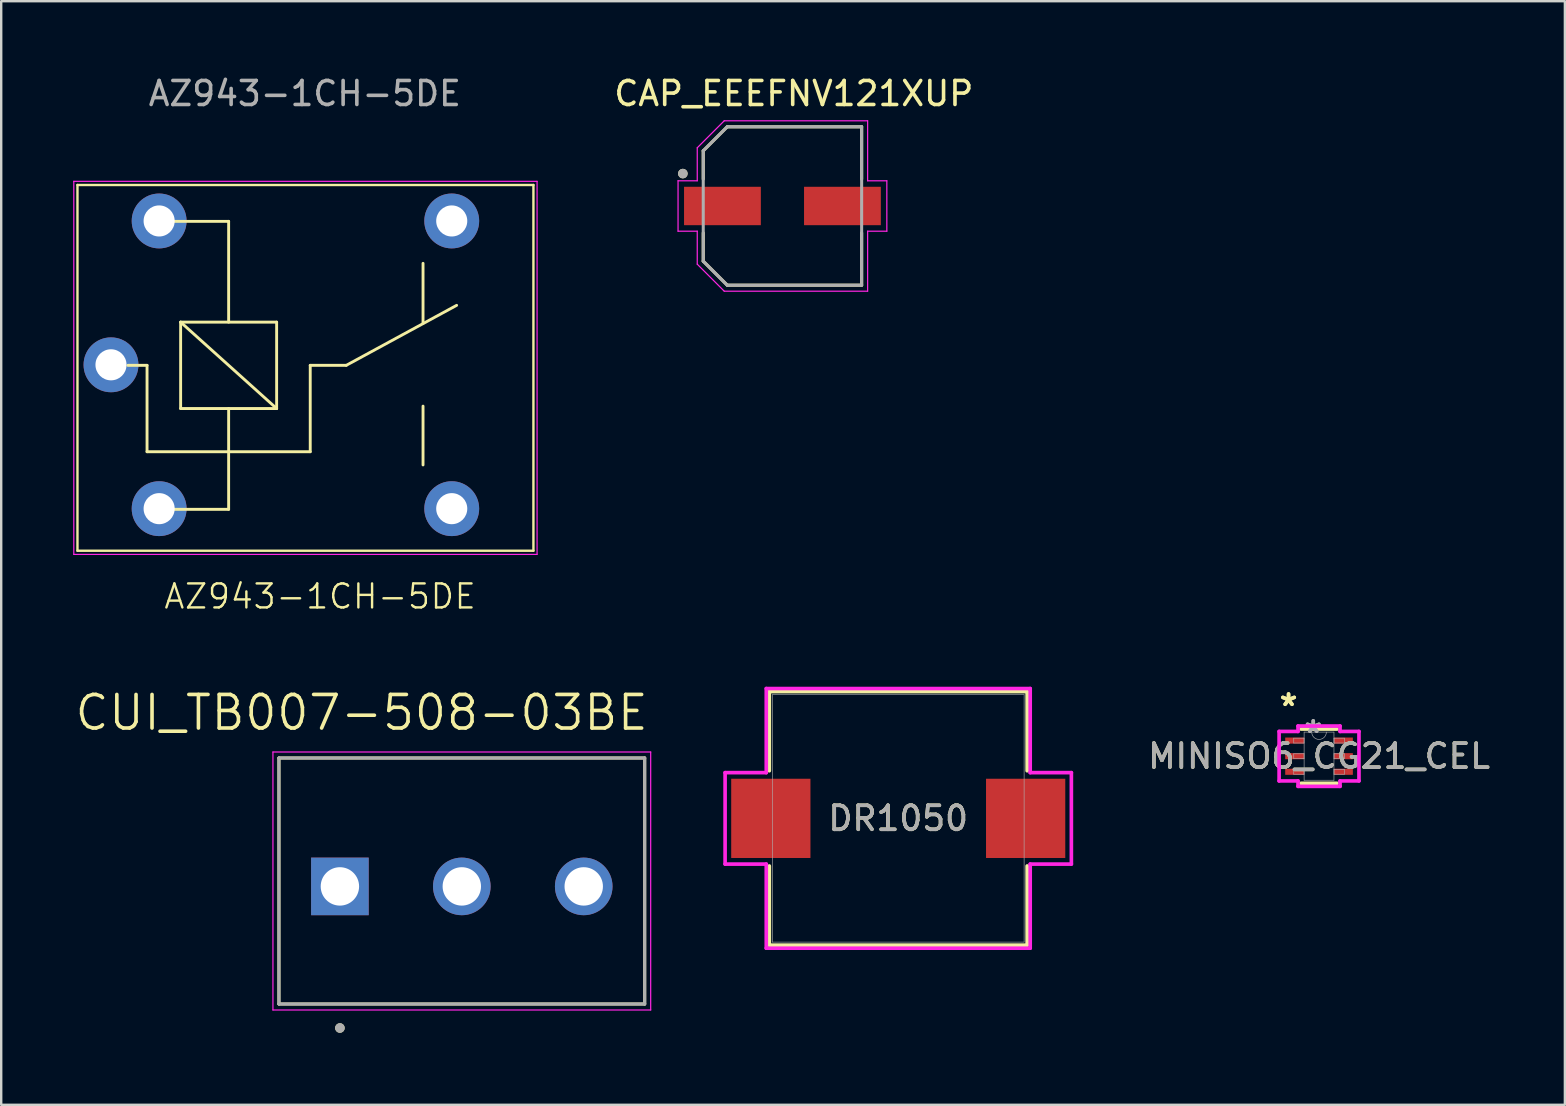
<source format=kicad_pcb>
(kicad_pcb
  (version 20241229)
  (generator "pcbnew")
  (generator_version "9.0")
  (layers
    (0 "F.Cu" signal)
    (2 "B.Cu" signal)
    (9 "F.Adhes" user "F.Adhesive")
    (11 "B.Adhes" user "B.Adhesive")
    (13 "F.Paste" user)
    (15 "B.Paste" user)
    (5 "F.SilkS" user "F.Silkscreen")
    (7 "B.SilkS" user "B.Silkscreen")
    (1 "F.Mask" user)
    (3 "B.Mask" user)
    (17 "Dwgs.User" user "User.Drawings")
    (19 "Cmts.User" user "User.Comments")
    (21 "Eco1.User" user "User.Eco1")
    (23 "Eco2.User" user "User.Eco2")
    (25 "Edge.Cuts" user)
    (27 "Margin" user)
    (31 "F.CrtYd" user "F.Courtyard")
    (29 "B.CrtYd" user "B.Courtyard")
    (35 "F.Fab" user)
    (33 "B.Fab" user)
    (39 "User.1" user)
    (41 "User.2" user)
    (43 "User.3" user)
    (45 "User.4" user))
  (footprint "CUI_TB007-508-03BE"
    (layer "F.Cu")
    (at 11.113 33.885)
    (property "Reference" "CUI_TB007-508-03BE" (at 0.905 -7.239 0) (layer "F.SilkS") (effects (font (size 1.4 1.4) (thickness 0.15))))
    (attr through_hole)
    (fp_line (start -2.54 -5.35) (end 12.7 -5.35) (stroke (width 0.127) (type solid)) (layer "F.SilkS"))
    (fp_line (start -2.54 4.9) (end -2.54 -5.35) (stroke (width 0.127) (type solid)) (layer "F.SilkS"))
    (fp_line (start 12.7 -5.35) (end 12.7 4.9) (stroke (width 0.127) (type solid)) (layer "F.SilkS"))
    (fp_line (start 12.7 4.9) (end -2.54 4.9) (stroke (width 0.127) (type solid)) (layer "F.SilkS"))
    (fp_circle (center 0 5.9) (end 0.1 5.9) (stroke (width 0.2) (type solid)) (fill no) (layer "F.SilkS"))
    (fp_line (start -2.79 -5.6) (end 12.95 -5.6) (stroke (width 0.05) (type solid)) (layer "F.CrtYd"))
    (fp_line (start -2.79 5.15) (end -2.79 -5.6) (stroke (width 0.05) (type solid)) (layer "F.CrtYd"))
    (fp_line (start 12.95 -5.6) (end 12.95 5.15) (stroke (width 0.05) (type solid)) (layer "F.CrtYd"))
    (fp_line (start 12.95 5.15) (end -2.79 5.15) (stroke (width 0.05) (type solid)) (layer "F.CrtYd"))
    (fp_line (start -2.54 -5.35) (end 12.7 -5.35) (stroke (width 0.127) (type solid)) (layer "F.Fab"))
    (fp_line (start -2.54 4.9) (end -2.54 -5.35) (stroke (width 0.127) (type solid)) (layer "F.Fab"))
    (fp_line (start 12.7 -5.35) (end 12.7 4.9) (stroke (width 0.127) (type solid)) (layer "F.Fab"))
    (fp_line (start 12.7 4.9) (end -2.54 4.9) (stroke (width 0.127) (type solid)) (layer "F.Fab"))
    (fp_circle (center 0 5.9) (end 0.1 5.9) (stroke (width 0.2) (type solid)) (fill no) (layer "F.Fab"))
    (pad "1" thru_hole rect (at 0 0) (size 2.4 2.4) (drill 1.6) (layers "*.Cu" "*.Mask"))
    (pad "2" thru_hole circle (at 5.08 0) (size 2.4 2.4) (drill 1.6) (layers "*.Cu" "*.Mask"))
    (pad "3" thru_hole circle (at 10.16 0) (size 2.4 2.4) (drill 1.6) (layers "*.Cu" "*.Mask")))
  (footprint "DR1050"
    (layer "F.Cu")
    (at 34.378 31.05)
    (property "Reference" "DR1050" (at 0 0 0) (unlocked yes) (layer "F.SilkS") (effects (font (size 1 1) (thickness 0.15))))
    (attr smd)
    (fp_line (start -5.372 -5.283) (end -5.372 -1.984) (stroke (width 0.152) (type solid)) (layer "F.SilkS"))
    (fp_line (start -5.372 1.984) (end -5.372 5.283) (stroke (width 0.152) (type solid)) (layer "F.SilkS"))
    (fp_line (start -5.372 5.283) (end 5.372 5.283) (stroke (width 0.152) (type solid)) (layer "F.SilkS"))
    (fp_line (start 5.372 -5.283) (end -5.372 -5.283) (stroke (width 0.152) (type solid)) (layer "F.SilkS"))
    (fp_line (start 5.372 -1.984) (end 5.372 -5.283) (stroke (width 0.152) (type solid)) (layer "F.SilkS"))
    (fp_line (start 5.372 5.283) (end 5.372 1.984) (stroke (width 0.152) (type solid)) (layer "F.SilkS"))
    (fp_line (start -7.214 -1.905) (end -5.499 -1.905) (stroke (width 0.152) (type solid)) (layer "F.CrtYd"))
    (fp_line (start -7.214 1.905) (end -7.214 -1.905) (stroke (width 0.152) (type solid)) (layer "F.CrtYd"))
    (fp_line (start -7.214 1.905) (end -5.499 1.905) (stroke (width 0.152) (type solid)) (layer "F.CrtYd"))
    (fp_line (start -5.499 -5.41) (end 5.499 -5.41) (stroke (width 0.152) (type solid)) (layer "F.CrtYd"))
    (fp_line (start -5.499 -1.905) (end -5.499 -5.41) (stroke (width 0.152) (type solid)) (layer "F.CrtYd"))
    (fp_line (start -5.499 1.905) (end -5.499 5.41) (stroke (width 0.152) (type solid)) (layer "F.CrtYd"))
    (fp_line (start -5.499 5.41) (end 5.499 5.41) (stroke (width 0.152) (type solid)) (layer "F.CrtYd"))
    (fp_line (start 5.499 -5.41) (end 5.499 -1.905) (stroke (width 0.152) (type solid)) (layer "F.CrtYd"))
    (fp_line (start 5.499 -1.905) (end 7.214 -1.905) (stroke (width 0.152) (type solid)) (layer "F.CrtYd"))
    (fp_line (start 5.499 1.905) (end 7.214 1.905) (stroke (width 0.152) (type solid)) (layer "F.CrtYd"))
    (fp_line (start 5.499 5.41) (end 5.499 1.905) (stroke (width 0.152) (type solid)) (layer "F.CrtYd"))
    (fp_line (start 7.214 -1.905) (end 7.214 1.905) (stroke (width 0.152) (type solid)) (layer "F.CrtYd"))
    (fp_line (start -5.245 -5.156) (end -5.245 5.156) (stroke (width 0.025) (type solid)) (layer "F.Fab"))
    (fp_line (start -5.245 5.156) (end 5.245 5.156) (stroke (width 0.025) (type solid)) (layer "F.Fab"))
    (fp_line (start 5.245 -5.156) (end -5.245 -5.156) (stroke (width 0.025) (type solid)) (layer "F.Fab"))
    (fp_line (start 5.245 5.156) (end 5.245 -5.156) (stroke (width 0.025) (type solid)) (layer "F.Fab"))
    (fp_text user "${REFERENCE}" (at 0 0 0) (unlocked yes) (layer "F.Fab") (effects (font (size 1 1) (thickness 0.15))))
    (pad "1" smd rect (at -5.309 0) (size 3.302 3.302) (layers "F.Cu" "F.Mask" "F.Paste"))
    (pad "2" smd rect (at 5.309 0) (size 3.302 3.302) (layers "F.Cu" "F.Mask" "F.Paste"))
    (zone (net_name "") (layer "F.Cu") (hatch full 0.508) (connect_pads) (min_thickness 0.254) (filled_areas_thickness no) (keepout (tracks not_allowed) (vias not_allowed) (pads allowed) (copperpour not_allowed) (footprints allowed)) (placement (enabled no)) (fill) (polygon (pts (xy 30.771 25.945) (xy 37.985 25.945) (xy 37.985 36.156) (xy 30.771 36.156)))))
  (footprint "AZ943-1CH-5DE"
    (layer "F.Cu")
    (at 19.177 4.658)
    (property "Reference" "AZ943-1CH-5DE" (at -8.89 17.145 0) (unlocked yes) (layer "F.SilkS") (effects (font (size 1 1) (thickness 0.1))))
    (attr through_hole)
    (fp_line (start -18.999 0) (end -18.999 15.24) (stroke (width 0.1) (type default)) (layer "F.SilkS"))
    (fp_line (start -18.999 15.24) (end 0 15.24) (stroke (width 0.1) (type default)) (layer "F.SilkS"))
    (fp_line (start -16.1 7.515) (end -16.9 7.515) (stroke (width 0.12) (type solid)) (layer "F.SilkS"))
    (fp_line (start -16.1 7.515) (end -16.1 11.115) (stroke (width 0.12) (type solid)) (layer "F.SilkS"))
    (fp_line (start -15.2 13.515) (end -12.7 13.515) (stroke (width 0.12) (type solid)) (layer "F.SilkS"))
    (fp_line (start -14.7 5.715) (end -10.7 5.715) (stroke (width 0.12) (type solid)) (layer "F.SilkS"))
    (fp_line (start -14.7 9.315) (end -14.7 5.715) (stroke (width 0.12) (type solid)) (layer "F.SilkS"))
    (fp_line (start -12.7 1.515) (end -15.2 1.515) (stroke (width 0.12) (type solid)) (layer "F.SilkS"))
    (fp_line (start -12.7 1.515) (end -12.7 5.715) (stroke (width 0.12) (type solid)) (layer "F.SilkS"))
    (fp_line (start -12.7 9.315) (end -12.7 13.515) (stroke (width 0.12) (type solid)) (layer "F.SilkS"))
    (fp_line (start -10.7 5.715) (end -10.7 9.315) (stroke (width 0.12) (type solid)) (layer "F.SilkS"))
    (fp_line (start -10.7 9.315) (end -14.7 5.715) (stroke (width 0.12) (type solid)) (layer "F.SilkS"))
    (fp_line (start -10.7 9.315) (end -14.7 9.315) (stroke (width 0.12) (type solid)) (layer "F.SilkS"))
    (fp_line (start -9.3 7.515) (end -9.3 11.115) (stroke (width 0.12) (type solid)) (layer "F.SilkS"))
    (fp_line (start -9.3 7.515) (end -7.8 7.515) (stroke (width 0.12) (type solid)) (layer "F.SilkS"))
    (fp_line (start -9.3 11.115) (end -16.1 11.115) (stroke (width 0.12) (type solid)) (layer "F.SilkS"))
    (fp_line (start -7.8 7.515) (end -3.2 5.015) (stroke (width 0.12) (type solid)) (layer "F.SilkS"))
    (fp_line (start -4.6 3.265) (end -4.6 5.765) (stroke (width 0.12) (type solid)) (layer "F.SilkS"))
    (fp_line (start -4.6 11.665) (end -4.6 9.215) (stroke (width 0.12) (type solid)) (layer "F.SilkS"))
    (fp_line (start 0 0) (end -18.999 0) (stroke (width 0.1) (type default)) (layer "F.SilkS"))
    (fp_line (start 0 0) (end 0 15.24) (stroke (width 0.1) (type default)) (layer "F.SilkS"))
    (fp_line (start -19.152 -0.152) (end -19.152 15.392) (stroke (width 0.05) (type solid)) (layer "F.CrtYd"))
    (fp_line (start -19.152 -0.152) (end 0.152 -0.152) (stroke (width 0.05) (type solid)) (layer "F.CrtYd"))
    (fp_line (start -19.152 15.392) (end 0.152 15.392) (stroke (width 0.05) (type solid)) (layer "F.CrtYd"))
    (fp_line (start 0.152 -0.152) (end 0.152 15.392) (stroke (width 0.05) (type solid)) (layer "F.CrtYd"))
    (fp_text user "${REFERENCE}" (at -9.525 -3.81 0) (unlocked yes) (layer "F.Fab") (effects (font (size 1 1) (thickness 0.15))))
    (pad "1" thru_hole circle (at -15.596 1.499) (size 2.286 2.286) (drill 1.295) (layers "*.Cu" "*.Mask"))
    (pad "2" thru_hole circle (at -15.596 13.487) (size 2.286 2.286) (drill 1.295) (layers "*.Cu" "*.Mask"))
    (pad "3" thru_hole circle (at -17.602 7.493) (size 2.286 2.286) (drill 1.295) (layers "*.Cu" "*.Mask"))
    (pad "4" thru_hole circle (at -3.404 1.499) (size 2.286 2.286) (drill 1.295) (layers "*.Cu" "*.Mask"))
    (pad "5" thru_hole circle (at -3.404 13.487) (size 2.286 2.286) (drill 1.295) (layers "*.Cu" "*.Mask")))
  (footprint "MINISO6_CG21_CEL"
    (layer "F.Cu")
    (at 51.912 28.459)
    (property "Reference" "MINISO6_CG21_CEL" (at 0 0 0) (unlocked yes) (layer "F.SilkS") (effects (font (size 1 1) (thickness 0.15))))
    (attr smd)
    (fp_line (start -0.749 1.13) (end 0.749 1.13) (stroke (width 0.152) (type solid)) (layer "F.SilkS"))
    (fp_line (start 0.749 -1.13) (end -0.749 -1.13) (stroke (width 0.152) (type solid)) (layer "F.SilkS"))
    (fp_line (start -1.664 -1.031) (end -0.876 -1.031) (stroke (width 0.152) (type solid)) (layer "F.CrtYd"))
    (fp_line (start -1.664 1.031) (end -1.664 -1.031) (stroke (width 0.152) (type solid)) (layer "F.CrtYd"))
    (fp_line (start -1.664 1.031) (end -0.876 1.031) (stroke (width 0.152) (type solid)) (layer "F.CrtYd"))
    (fp_line (start -0.876 -1.257) (end 0.876 -1.257) (stroke (width 0.152) (type solid)) (layer "F.CrtYd"))
    (fp_line (start -0.876 -1.031) (end -0.876 -1.257) (stroke (width 0.152) (type solid)) (layer "F.CrtYd"))
    (fp_line (start -0.876 1.257) (end -0.876 1.031) (stroke (width 0.152) (type solid)) (layer "F.CrtYd"))
    (fp_line (start 0.876 -1.257) (end 0.876 -1.031) (stroke (width 0.152) (type solid)) (layer "F.CrtYd"))
    (fp_line (start 0.876 1.031) (end 0.876 1.257) (stroke (width 0.152) (type solid)) (layer "F.CrtYd"))
    (fp_line (start 0.876 1.257) (end -0.876 1.257) (stroke (width 0.152) (type solid)) (layer "F.CrtYd"))
    (fp_line (start 1.664 -1.031) (end 0.876 -1.031) (stroke (width 0.152) (type solid)) (layer "F.CrtYd"))
    (fp_line (start 1.664 -1.031) (end 1.664 1.031) (stroke (width 0.152) (type solid)) (layer "F.CrtYd"))
    (fp_line (start 1.664 1.031) (end 0.876 1.031) (stroke (width 0.152) (type solid)) (layer "F.CrtYd"))
    (fp_line (start -1.054 -0.752) (end -1.054 -0.548) (stroke (width 0.025) (type solid)) (layer "F.Fab"))
    (fp_line (start -1.054 -0.548) (end -0.622 -0.548) (stroke (width 0.025) (type solid)) (layer "F.Fab"))
    (fp_line (start -1.054 -0.102) (end -1.054 0.102) (stroke (width 0.025) (type solid)) (layer "F.Fab"))
    (fp_line (start -1.054 0.102) (end -0.622 0.102) (stroke (width 0.025) (type solid)) (layer "F.Fab"))
    (fp_line (start -1.054 0.548) (end -1.054 0.752) (stroke (width 0.025) (type solid)) (layer "F.Fab"))
    (fp_line (start -1.054 0.752) (end -0.622 0.752) (stroke (width 0.025) (type solid)) (layer "F.Fab"))
    (fp_line (start -0.622 -1.003) (end -0.622 1.003) (stroke (width 0.025) (type solid)) (layer "F.Fab"))
    (fp_line (start -0.622 -0.752) (end -1.054 -0.752) (stroke (width 0.025) (type solid)) (layer "F.Fab"))
    (fp_line (start -0.622 -0.548) (end -0.622 -0.752) (stroke (width 0.025) (type solid)) (layer "F.Fab"))
    (fp_line (start -0.622 -0.102) (end -1.054 -0.102) (stroke (width 0.025) (type solid)) (layer "F.Fab"))
    (fp_line (start -0.622 0.102) (end -0.622 -0.102) (stroke (width 0.025) (type solid)) (layer "F.Fab"))
    (fp_line (start -0.622 0.548) (end -1.054 0.548) (stroke (width 0.025) (type solid)) (layer "F.Fab"))
    (fp_line (start -0.622 0.752) (end -0.622 0.548) (stroke (width 0.025) (type solid)) (layer "F.Fab"))
    (fp_line (start -0.622 1.003) (end 0.622 1.003) (stroke (width 0.025) (type solid)) (layer "F.Fab"))
    (fp_line (start 0.622 -1.003) (end -0.622 -1.003) (stroke (width 0.025) (type solid)) (layer "F.Fab"))
    (fp_line (start 0.622 -0.752) (end 0.622 -0.548) (stroke (width 0.025) (type solid)) (layer "F.Fab"))
    (fp_line (start 0.622 -0.548) (end 1.054 -0.548) (stroke (width 0.025) (type solid)) (layer "F.Fab"))
    (fp_line (start 0.622 -0.102) (end 0.622 0.102) (stroke (width 0.025) (type solid)) (layer "F.Fab"))
    (fp_line (start 0.622 0.102) (end 1.054 0.102) (stroke (width 0.025) (type solid)) (layer "F.Fab"))
    (fp_line (start 0.622 0.548) (end 0.622 0.752) (stroke (width 0.025) (type solid)) (layer "F.Fab"))
    (fp_line (start 0.622 0.752) (end 1.054 0.752) (stroke (width 0.025) (type solid)) (layer "F.Fab"))
    (fp_line (start 0.622 1.003) (end 0.622 -1.003) (stroke (width 0.025) (type solid)) (layer "F.Fab"))
    (fp_line (start 1.054 -0.752) (end 0.622 -0.752) (stroke (width 0.025) (type solid)) (layer "F.Fab"))
    (fp_line (start 1.054 -0.548) (end 1.054 -0.752) (stroke (width 0.025) (type solid)) (layer "F.Fab"))
    (fp_line (start 1.054 -0.102) (end 0.622 -0.102) (stroke (width 0.025) (type solid)) (layer "F.Fab"))
    (fp_line (start 1.054 0.102) (end 1.054 -0.102) (stroke (width 0.025) (type solid)) (layer "F.Fab"))
    (fp_line (start 1.054 0.548) (end 0.622 0.548) (stroke (width 0.025) (type solid)) (layer "F.Fab"))
    (fp_line (start 1.054 0.752) (end 1.054 0.548) (stroke (width 0.025) (type solid)) (layer "F.Fab"))
    (fp_arc (start 0.3048 -1.0033) (mid 0 -0.6985) (end -0.3048 -1.0033) (stroke (width 0.0254) (type solid)) (layer "F.Fab"))
    (fp_text user "*" (at -1.27 -2.047 0) (unlocked yes) (layer "F.SilkS") (effects (font (size 1 1) (thickness 0.15))))
    (fp_text user "*" (at -1.27 -2.047 0) (layer "F.SilkS") (effects (font (size 1 1) (thickness 0.15))))
    (fp_text user "*" (at -0.241 -0.927 0) (unlocked yes) (layer "F.Fab") (effects (font (size 1 1) (thickness 0.15))))
    (fp_text user "*" (at -0.241 -0.927 0) (layer "F.Fab") (effects (font (size 1 1) (thickness 0.15))))
    (fp_text user "${REFERENCE}" (at 0 0 0) (unlocked yes) (layer "F.Fab") (effects (font (size 1 1) (thickness 0.15))))
    (pad "1" smd rect (at -1.016 -0.65) (size 0.787 0.254) (layers "F.Cu" "F.Mask" "F.Paste"))
    (pad "2" smd rect (at -1.016 0) (size 0.787 0.254) (layers "F.Cu" "F.Mask" "F.Paste"))
    (pad "3" smd rect (at -1.016 0.65) (size 0.787 0.254) (layers "F.Cu" "F.Mask" "F.Paste"))
    (pad "4" smd rect (at 1.016 0.65) (size 0.787 0.254) (layers "F.Cu" "F.Mask" "F.Paste"))
    (pad "5" smd rect (at 1.016 0) (size 0.787 0.254) (layers "F.Cu" "F.Mask" "F.Paste"))
    (pad "6" smd rect (at 1.016 -0.65) (size 0.787 0.254) (layers "F.Cu" "F.Mask" "F.Paste")))
  (footprint "CAP_EEEFNV121XUP"
    (layer "F.Cu")
    (at 29.553 5.533)
    (property "Reference" "CAP_EEEFNV121XUP" (at 0.475 -4.685 0) (layer "F.SilkS") (effects (font (size 1 1) (thickness 0.15))))
    (attr smd)
    (fp_line (start -3.3 -2.3) (end -3.3 -1.12) (stroke (width 0.127) (type solid)) (layer "F.SilkS"))
    (fp_line (start -3.3 1.12) (end -3.3 2.3) (stroke (width 0.127) (type solid)) (layer "F.SilkS"))
    (fp_line (start -3.3 2.3) (end -2.3 3.3) (stroke (width 0.127) (type solid)) (layer "F.SilkS"))
    (fp_line (start -2.3 -3.3) (end -3.3 -2.3) (stroke (width 0.127) (type solid)) (layer "F.SilkS"))
    (fp_line (start -2.3 3.3) (end 3.3 3.3) (stroke (width 0.127) (type solid)) (layer "F.SilkS"))
    (fp_line (start 3.3 -3.3) (end -2.3 -3.3) (stroke (width 0.127) (type solid)) (layer "F.SilkS"))
    (fp_line (start 3.3 -1.12) (end 3.3 -3.3) (stroke (width 0.127) (type solid)) (layer "F.SilkS"))
    (fp_line (start 3.3 3.3) (end 3.3 1.12) (stroke (width 0.127) (type solid)) (layer "F.SilkS"))
    (fp_circle (center -4.15 -1.35) (end -4.05 -1.35) (stroke (width 0.2) (type solid)) (fill no) (layer "F.SilkS"))
    (fp_line (start -4.35 -1.05) (end -3.55 -1.05) (stroke (width 0.05) (type solid)) (layer "F.CrtYd"))
    (fp_line (start -4.35 1.05) (end -4.35 -1.05) (stroke (width 0.05) (type solid)) (layer "F.CrtYd"))
    (fp_line (start -3.55 -2.425) (end -2.425 -3.55) (stroke (width 0.05) (type solid)) (layer "F.CrtYd"))
    (fp_line (start -3.55 -1.05) (end -3.55 -2.425) (stroke (width 0.05) (type solid)) (layer "F.CrtYd"))
    (fp_line (start -3.55 1.05) (end -4.35 1.05) (stroke (width 0.05) (type solid)) (layer "F.CrtYd"))
    (fp_line (start -3.55 2.425) (end -3.55 1.05) (stroke (width 0.05) (type solid)) (layer "F.CrtYd"))
    (fp_line (start -2.425 -3.55) (end 3.55 -3.55) (stroke (width 0.05) (type solid)) (layer "F.CrtYd"))
    (fp_line (start -2.425 3.55) (end -3.55 2.425) (stroke (width 0.05) (type solid)) (layer "F.CrtYd"))
    (fp_line (start 3.55 -3.55) (end 3.55 -1.05) (stroke (width 0.05) (type solid)) (layer "F.CrtYd"))
    (fp_line (start 3.55 -1.05) (end 4.35 -1.05) (stroke (width 0.05) (type solid)) (layer "F.CrtYd"))
    (fp_line (start 3.55 1.05) (end 3.55 3.55) (stroke (width 0.05) (type solid)) (layer "F.CrtYd"))
    (fp_line (start 3.55 3.55) (end -2.425 3.55) (stroke (width 0.05) (type solid)) (layer "F.CrtYd"))
    (fp_line (start 4.35 -1.05) (end 4.35 1.05) (stroke (width 0.05) (type solid)) (layer "F.CrtYd"))
    (fp_line (start 4.35 1.05) (end 3.55 1.05) (stroke (width 0.05) (type solid)) (layer "F.CrtYd"))
    (fp_line (start -3.3 -2.3) (end -3.3 2.3) (stroke (width 0.127) (type solid)) (layer "F.Fab"))
    (fp_line (start -3.3 2.3) (end -2.3 3.3) (stroke (width 0.127) (type solid)) (layer "F.Fab"))
    (fp_line (start -2.3 -3.3) (end -3.3 -2.3) (stroke (width 0.127) (type solid)) (layer "F.Fab"))
    (fp_line (start -2.3 3.3) (end 3.3 3.3) (stroke (width 0.127) (type solid)) (layer "F.Fab"))
    (fp_line (start 3.3 -3.3) (end -2.3 -3.3) (stroke (width 0.127) (type solid)) (layer "F.Fab"))
    (fp_line (start 3.3 3.3) (end 3.3 -3.3) (stroke (width 0.127) (type solid)) (layer "F.Fab"))
    (fp_circle (center -4.15 -1.35) (end -4.05 -1.35) (stroke (width 0.2) (type solid)) (fill no) (layer "F.Fab"))
    (pad "1" smd rect (at -2.5 0) (size 3.2 1.6) (layers "F.Cu" "F.Mask" "F.Paste"))
    (pad "2" smd rect (at 2.5 0) (size 3.2 1.6) (layers "F.Cu" "F.Mask" "F.Paste")))
  (gr_rect
    (start -3 -3)
    (end 62.156 42.985)
    (stroke (width 0.1) (type default))
    (fill no)
    (layer "Edge.Cuts")))
</source>
